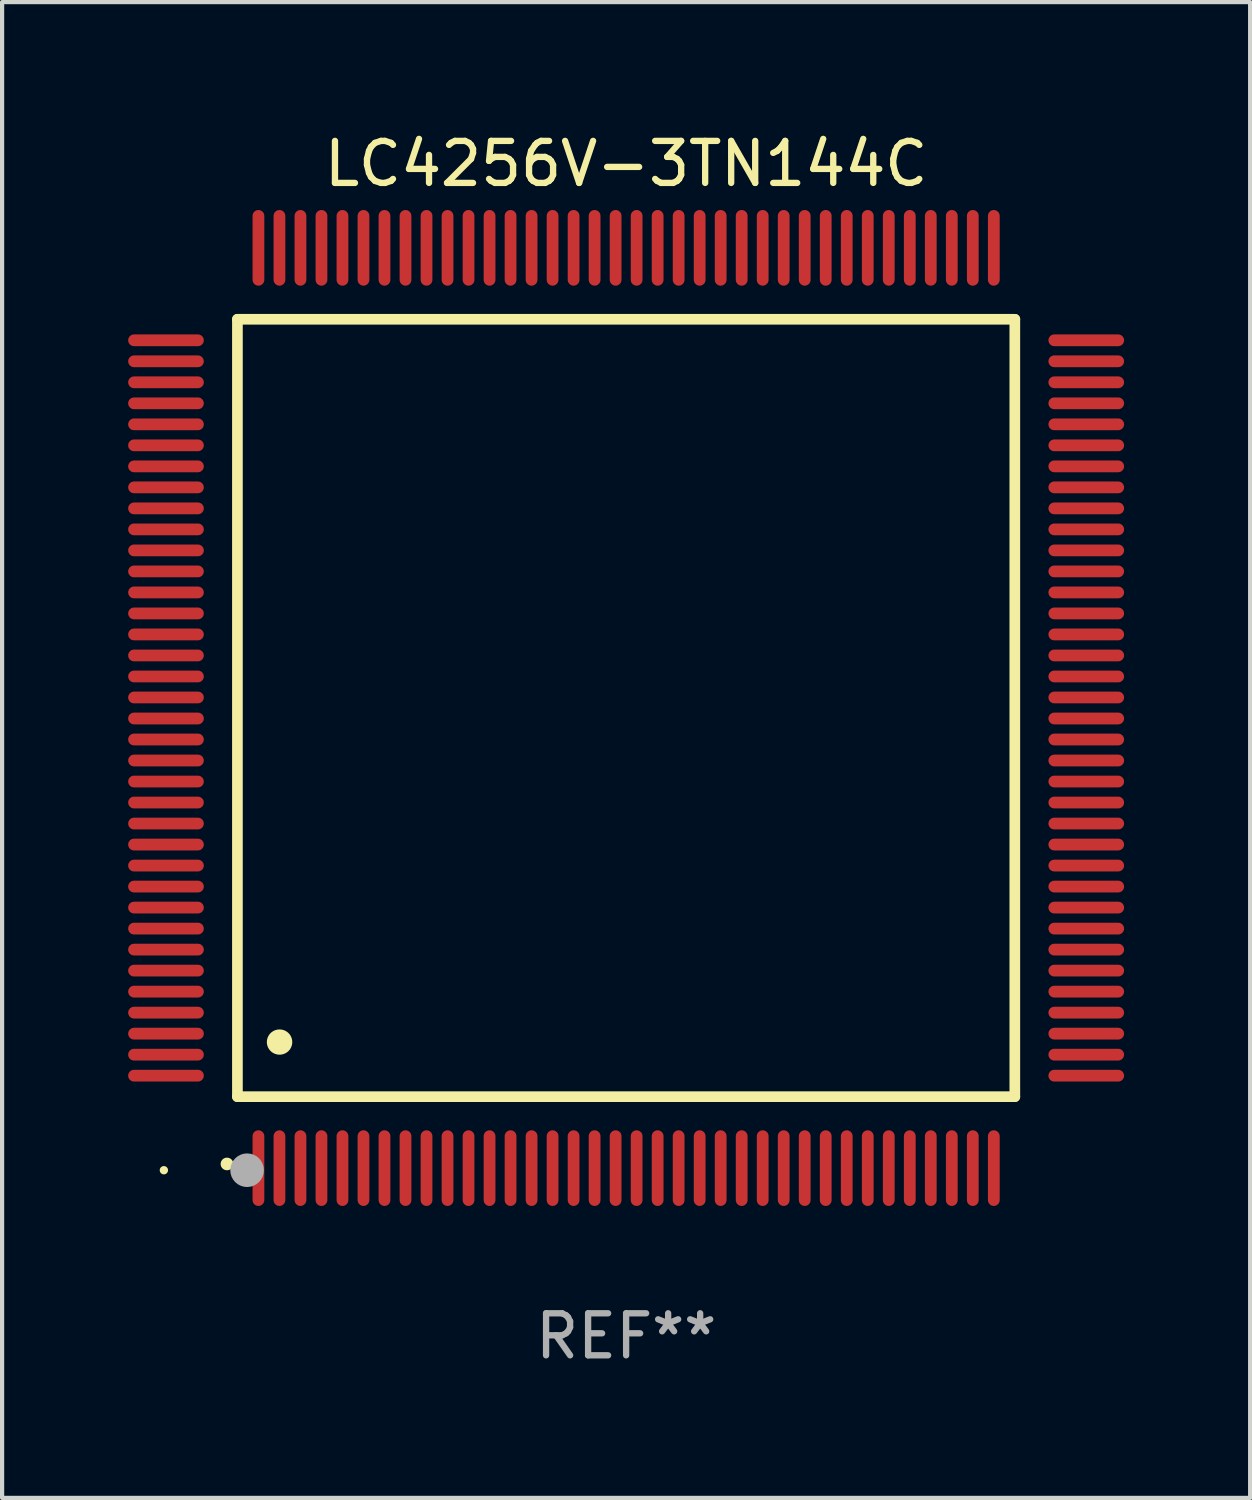
<source format=kicad_pcb>
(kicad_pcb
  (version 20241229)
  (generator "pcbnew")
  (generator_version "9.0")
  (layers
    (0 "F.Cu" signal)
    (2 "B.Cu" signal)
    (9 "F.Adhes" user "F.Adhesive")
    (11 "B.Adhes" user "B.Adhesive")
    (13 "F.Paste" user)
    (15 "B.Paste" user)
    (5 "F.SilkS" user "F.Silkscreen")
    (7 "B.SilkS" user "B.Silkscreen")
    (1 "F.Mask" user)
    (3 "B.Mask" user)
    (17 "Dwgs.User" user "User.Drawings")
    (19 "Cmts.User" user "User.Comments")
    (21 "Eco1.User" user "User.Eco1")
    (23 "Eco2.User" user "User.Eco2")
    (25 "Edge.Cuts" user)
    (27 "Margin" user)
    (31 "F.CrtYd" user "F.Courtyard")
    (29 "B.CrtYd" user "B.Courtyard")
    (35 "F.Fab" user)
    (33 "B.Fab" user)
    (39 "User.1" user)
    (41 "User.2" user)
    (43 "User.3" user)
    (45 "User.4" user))
  (footprint "LC4256V-3TN144C"
    (layer "F.Cu")
    (at 11.85 13.798)
    (property "Reference" "LC4256V-3TN144C" (at 0 -12.95 0) (layer "F.SilkS") (effects (font (size 1 1) (thickness 0.15))))
    (attr through_hole)
    (fp_line (start -9.25 -9.25) (end -9.25 9.25) (stroke (width 0.254) (type solid)) (layer "F.SilkS"))
    (fp_line (start -9.25 9.25) (end 9.25 9.25) (stroke (width 0.254) (type solid)) (layer "F.SilkS"))
    (fp_line (start 9.25 -9.25) (end -9.25 -9.25) (stroke (width 0.254) (type solid)) (layer "F.SilkS"))
    (fp_line (start 9.25 9.25) (end 9.25 -9.25) (stroke (width 0.254) (type solid)) (layer "F.SilkS"))
    (fp_arc (start -9.499619 10.850902) (mid -9.498349 10.850897) (end -9.497079 10.850902) (stroke (width 0.3) (type solid)) (layer "F.SilkS"))
    (fp_arc (start -8.249936 7.950216) (mid -8.247396 7.950205) (end -8.244856 7.950216) (stroke (width 0.6) (type solid)) (layer "F.SilkS"))
    (fp_circle (center -11 11) (end -10.95 11) (stroke (width 0.1) (type solid)) (fill no) (layer "F.SilkS"))
    (fp_circle (center -9.02 11) (end -8.82 11) (stroke (width 0.4) (type solid)) (fill no) (layer "F.Fab"))
    (fp_text user "REF**" (at 0 14.95 0) (layer "F.Fab") (effects (font (size 1 1) (thickness 0.15))))
    (pad "1" smd oval (at -8.75 10.95) (size 0.28 1.8) (layers "F.Cu" "F.Mask" "F.Paste"))
    (pad "2" smd oval (at -8.25 10.95) (size 0.28 1.8) (layers "F.Cu" "F.Mask" "F.Paste"))
    (pad "3" smd oval (at -7.75 10.95) (size 0.28 1.8) (layers "F.Cu" "F.Mask" "F.Paste"))
    (pad "4" smd oval (at -7.25 10.95) (size 0.28 1.8) (layers "F.Cu" "F.Mask" "F.Paste"))
    (pad "5" smd oval (at -6.75 10.95) (size 0.28 1.8) (layers "F.Cu" "F.Mask" "F.Paste"))
    (pad "6" smd oval (at -6.25 10.95) (size 0.28 1.8) (layers "F.Cu" "F.Mask" "F.Paste"))
    (pad "7" smd oval (at -5.75 10.95) (size 0.28 1.8) (layers "F.Cu" "F.Mask" "F.Paste"))
    (pad "8" smd oval (at -5.25 10.95) (size 0.28 1.8) (layers "F.Cu" "F.Mask" "F.Paste"))
    (pad "9" smd oval (at -4.75 10.95) (size 0.28 1.8) (layers "F.Cu" "F.Mask" "F.Paste"))
    (pad "10" smd oval (at -4.25 10.95) (size 0.28 1.8) (layers "F.Cu" "F.Mask" "F.Paste"))
    (pad "11" smd oval (at -3.75 10.95) (size 0.28 1.8) (layers "F.Cu" "F.Mask" "F.Paste"))
    (pad "12" smd oval (at -3.25 10.95) (size 0.28 1.8) (layers "F.Cu" "F.Mask" "F.Paste"))
    (pad "13" smd oval (at -2.75 10.95) (size 0.28 1.8) (layers "F.Cu" "F.Mask" "F.Paste"))
    (pad "14" smd oval (at -2.25 10.95) (size 0.28 1.8) (layers "F.Cu" "F.Mask" "F.Paste"))
    (pad "15" smd oval (at -1.75 10.95) (size 0.28 1.8) (layers "F.Cu" "F.Mask" "F.Paste"))
    (pad "16" smd oval (at -1.25 10.95) (size 0.28 1.8) (layers "F.Cu" "F.Mask" "F.Paste"))
    (pad "17" smd oval (at -0.75 10.95) (size 0.28 1.8) (layers "F.Cu" "F.Mask" "F.Paste"))
    (pad "18" smd oval (at -0.25 10.95) (size 0.28 1.8) (layers "F.Cu" "F.Mask" "F.Paste"))
    (pad "19" smd oval (at 0.25 10.95) (size 0.28 1.8) (layers "F.Cu" "F.Mask" "F.Paste"))
    (pad "20" smd oval (at 0.75 10.95) (size 0.28 1.8) (layers "F.Cu" "F.Mask" "F.Paste"))
    (pad "21" smd oval (at 1.25 10.95) (size 0.28 1.8) (layers "F.Cu" "F.Mask" "F.Paste"))
    (pad "22" smd oval (at 1.75 10.95) (size 0.28 1.8) (layers "F.Cu" "F.Mask" "F.Paste"))
    (pad "23" smd oval (at 2.25 10.95) (size 0.28 1.8) (layers "F.Cu" "F.Mask" "F.Paste"))
    (pad "24" smd oval (at 2.75 10.95) (size 0.28 1.8) (layers "F.Cu" "F.Mask" "F.Paste"))
    (pad "25" smd oval (at 3.25 10.95) (size 0.28 1.8) (layers "F.Cu" "F.Mask" "F.Paste"))
    (pad "26" smd oval (at 3.75 10.95) (size 0.28 1.8) (layers "F.Cu" "F.Mask" "F.Paste"))
    (pad "27" smd oval (at 4.25 10.95) (size 0.28 1.8) (layers "F.Cu" "F.Mask" "F.Paste"))
    (pad "28" smd oval (at 4.75 10.95) (size 0.28 1.8) (layers "F.Cu" "F.Mask" "F.Paste"))
    (pad "29" smd oval (at 5.25 10.95) (size 0.28 1.8) (layers "F.Cu" "F.Mask" "F.Paste"))
    (pad "30" smd oval (at 5.75 10.95) (size 0.28 1.8) (layers "F.Cu" "F.Mask" "F.Paste"))
    (pad "31" smd oval (at 6.25 10.95) (size 0.28 1.8) (layers "F.Cu" "F.Mask" "F.Paste"))
    (pad "32" smd oval (at 6.75 10.95) (size 0.28 1.8) (layers "F.Cu" "F.Mask" "F.Paste"))
    (pad "33" smd oval (at 7.25 10.95) (size 0.28 1.8) (layers "F.Cu" "F.Mask" "F.Paste"))
    (pad "34" smd oval (at 7.75 10.95) (size 0.28 1.8) (layers "F.Cu" "F.Mask" "F.Paste"))
    (pad "35" smd oval (at 8.25 10.95) (size 0.28 1.8) (layers "F.Cu" "F.Mask" "F.Paste"))
    (pad "36" smd oval (at 8.75 10.95) (size 0.28 1.8) (layers "F.Cu" "F.Mask" "F.Paste"))
    (pad "37" smd oval (at 10.95 8.75) (size 1.8 0.28) (layers "F.Cu" "F.Mask" "F.Paste"))
    (pad "38" smd oval (at 10.95 8.25) (size 1.8 0.28) (layers "F.Cu" "F.Mask" "F.Paste"))
    (pad "39" smd oval (at 10.95 7.75) (size 1.8 0.28) (layers "F.Cu" "F.Mask" "F.Paste"))
    (pad "40" smd oval (at 10.95 7.25) (size 1.8 0.28) (layers "F.Cu" "F.Mask" "F.Paste"))
    (pad "41" smd oval (at 10.95 6.75) (size 1.8 0.28) (layers "F.Cu" "F.Mask" "F.Paste"))
    (pad "42" smd oval (at 10.95 6.25) (size 1.8 0.28) (layers "F.Cu" "F.Mask" "F.Paste"))
    (pad "43" smd oval (at 10.95 5.75) (size 1.8 0.28) (layers "F.Cu" "F.Mask" "F.Paste"))
    (pad "44" smd oval (at 10.95 5.25) (size 1.8 0.28) (layers "F.Cu" "F.Mask" "F.Paste"))
    (pad "45" smd oval (at 10.95 4.75) (size 1.8 0.28) (layers "F.Cu" "F.Mask" "F.Paste"))
    (pad "46" smd oval (at 10.95 4.25) (size 1.8 0.28) (layers "F.Cu" "F.Mask" "F.Paste"))
    (pad "47" smd oval (at 10.95 3.75) (size 1.8 0.28) (layers "F.Cu" "F.Mask" "F.Paste"))
    (pad "48" smd oval (at 10.95 3.25) (size 1.8 0.28) (layers "F.Cu" "F.Mask" "F.Paste"))
    (pad "49" smd oval (at 10.95 2.75) (size 1.8 0.28) (layers "F.Cu" "F.Mask" "F.Paste"))
    (pad "50" smd oval (at 10.95 2.25) (size 1.8 0.28) (layers "F.Cu" "F.Mask" "F.Paste"))
    (pad "51" smd oval (at 10.95 1.75) (size 1.8 0.28) (layers "F.Cu" "F.Mask" "F.Paste"))
    (pad "52" smd oval (at 10.95 1.25) (size 1.8 0.28) (layers "F.Cu" "F.Mask" "F.Paste"))
    (pad "53" smd oval (at 10.95 0.75) (size 1.8 0.28) (layers "F.Cu" "F.Mask" "F.Paste"))
    (pad "54" smd oval (at 10.95 0.25) (size 1.8 0.28) (layers "F.Cu" "F.Mask" "F.Paste"))
    (pad "55" smd oval (at 10.95 -0.25) (size 1.8 0.28) (layers "F.Cu" "F.Mask" "F.Paste"))
    (pad "56" smd oval (at 10.95 -0.75) (size 1.8 0.28) (layers "F.Cu" "F.Mask" "F.Paste"))
    (pad "57" smd oval (at 10.95 -1.25) (size 1.8 0.28) (layers "F.Cu" "F.Mask" "F.Paste"))
    (pad "58" smd oval (at 10.95 -1.75) (size 1.8 0.28) (layers "F.Cu" "F.Mask" "F.Paste"))
    (pad "59" smd oval (at 10.95 -2.25) (size 1.8 0.28) (layers "F.Cu" "F.Mask" "F.Paste"))
    (pad "60" smd oval (at 10.95 -2.75) (size 1.8 0.28) (layers "F.Cu" "F.Mask" "F.Paste"))
    (pad "61" smd oval (at 10.95 -3.25) (size 1.8 0.28) (layers "F.Cu" "F.Mask" "F.Paste"))
    (pad "62" smd oval (at 10.95 -3.75) (size 1.8 0.28) (layers "F.Cu" "F.Mask" "F.Paste"))
    (pad "63" smd oval (at 10.95 -4.25) (size 1.8 0.28) (layers "F.Cu" "F.Mask" "F.Paste"))
    (pad "64" smd oval (at 10.95 -4.75) (size 1.8 0.28) (layers "F.Cu" "F.Mask" "F.Paste"))
    (pad "65" smd oval (at 10.95 -5.25) (size 1.8 0.28) (layers "F.Cu" "F.Mask" "F.Paste"))
    (pad "66" smd oval (at 10.95 -5.75) (size 1.8 0.28) (layers "F.Cu" "F.Mask" "F.Paste"))
    (pad "67" smd oval (at 10.95 -6.25) (size 1.8 0.28) (layers "F.Cu" "F.Mask" "F.Paste"))
    (pad "68" smd oval (at 10.95 -6.75) (size 1.8 0.28) (layers "F.Cu" "F.Mask" "F.Paste"))
    (pad "69" smd oval (at 10.95 -7.25) (size 1.8 0.28) (layers "F.Cu" "F.Mask" "F.Paste"))
    (pad "70" smd oval (at 10.95 -7.75) (size 1.8 0.28) (layers "F.Cu" "F.Mask" "F.Paste"))
    (pad "71" smd oval (at 10.95 -8.25) (size 1.8 0.28) (layers "F.Cu" "F.Mask" "F.Paste"))
    (pad "72" smd oval (at 10.95 -8.75) (size 1.8 0.28) (layers "F.Cu" "F.Mask" "F.Paste"))
    (pad "73" smd oval (at 8.75 -10.95) (size 0.28 1.8) (layers "F.Cu" "F.Mask" "F.Paste"))
    (pad "74" smd oval (at 8.25 -10.95) (size 0.28 1.8) (layers "F.Cu" "F.Mask" "F.Paste"))
    (pad "75" smd oval (at 7.75 -10.95) (size 0.28 1.8) (layers "F.Cu" "F.Mask" "F.Paste"))
    (pad "76" smd oval (at 7.25 -10.95) (size 0.28 1.8) (layers "F.Cu" "F.Mask" "F.Paste"))
    (pad "77" smd oval (at 6.75 -10.95) (size 0.28 1.8) (layers "F.Cu" "F.Mask" "F.Paste"))
    (pad "78" smd oval (at 6.25 -10.95) (size 0.28 1.8) (layers "F.Cu" "F.Mask" "F.Paste"))
    (pad "79" smd oval (at 5.75 -10.95) (size 0.28 1.8) (layers "F.Cu" "F.Mask" "F.Paste"))
    (pad "80" smd oval (at 5.25 -10.95) (size 0.28 1.8) (layers "F.Cu" "F.Mask" "F.Paste"))
    (pad "81" smd oval (at 4.75 -10.95) (size 0.28 1.8) (layers "F.Cu" "F.Mask" "F.Paste"))
    (pad "82" smd oval (at 4.25 -10.95) (size 0.28 1.8) (layers "F.Cu" "F.Mask" "F.Paste"))
    (pad "83" smd oval (at 3.75 -10.95) (size 0.28 1.8) (layers "F.Cu" "F.Mask" "F.Paste"))
    (pad "84" smd oval (at 3.25 -10.95) (size 0.28 1.8) (layers "F.Cu" "F.Mask" "F.Paste"))
    (pad "85" smd oval (at 2.75 -10.95) (size 0.28 1.8) (layers "F.Cu" "F.Mask" "F.Paste"))
    (pad "86" smd oval (at 2.25 -10.95) (size 0.28 1.8) (layers "F.Cu" "F.Mask" "F.Paste"))
    (pad "87" smd oval (at 1.75 -10.95) (size 0.28 1.8) (layers "F.Cu" "F.Mask" "F.Paste"))
    (pad "88" smd oval (at 1.25 -10.95) (size 0.28 1.8) (layers "F.Cu" "F.Mask" "F.Paste"))
    (pad "89" smd oval (at 0.75 -10.95) (size 0.28 1.8) (layers "F.Cu" "F.Mask" "F.Paste"))
    (pad "90" smd oval (at 0.25 -10.95) (size 0.28 1.8) (layers "F.Cu" "F.Mask" "F.Paste"))
    (pad "91" smd oval (at -0.25 -10.95) (size 0.28 1.8) (layers "F.Cu" "F.Mask" "F.Paste"))
    (pad "92" smd oval (at -0.75 -10.95) (size 0.28 1.8) (layers "F.Cu" "F.Mask" "F.Paste"))
    (pad "93" smd oval (at -1.25 -10.95) (size 0.28 1.8) (layers "F.Cu" "F.Mask" "F.Paste"))
    (pad "94" smd oval (at -1.75 -10.95) (size 0.28 1.8) (layers "F.Cu" "F.Mask" "F.Paste"))
    (pad "95" smd oval (at -2.25 -10.95) (size 0.28 1.8) (layers "F.Cu" "F.Mask" "F.Paste"))
    (pad "96" smd oval (at -2.75 -10.95) (size 0.28 1.8) (layers "F.Cu" "F.Mask" "F.Paste"))
    (pad "97" smd oval (at -3.25 -10.95) (size 0.28 1.8) (layers "F.Cu" "F.Mask" "F.Paste"))
    (pad "98" smd oval (at -3.75 -10.95) (size 0.28 1.8) (layers "F.Cu" "F.Mask" "F.Paste"))
    (pad "99" smd oval (at -4.25 -10.95) (size 0.28 1.8) (layers "F.Cu" "F.Mask" "F.Paste"))
    (pad "100" smd oval (at -4.75 -10.95) (size 0.28 1.8) (layers "F.Cu" "F.Mask" "F.Paste"))
    (pad "101" smd oval (at -5.25 -10.95) (size 0.28 1.8) (layers "F.Cu" "F.Mask" "F.Paste"))
    (pad "102" smd oval (at -5.75 -10.95) (size 0.28 1.8) (layers "F.Cu" "F.Mask" "F.Paste"))
    (pad "103" smd oval (at -6.25 -10.95) (size 0.28 1.8) (layers "F.Cu" "F.Mask" "F.Paste"))
    (pad "104" smd oval (at -6.75 -10.95) (size 0.28 1.8) (layers "F.Cu" "F.Mask" "F.Paste"))
    (pad "105" smd oval (at -7.25 -10.95) (size 0.28 1.8) (layers "F.Cu" "F.Mask" "F.Paste"))
    (pad "106" smd oval (at -7.75 -10.95) (size 0.28 1.8) (layers "F.Cu" "F.Mask" "F.Paste"))
    (pad "107" smd oval (at -8.25 -10.95) (size 0.28 1.8) (layers "F.Cu" "F.Mask" "F.Paste"))
    (pad "108" smd oval (at -8.75 -10.95) (size 0.28 1.8) (layers "F.Cu" "F.Mask" "F.Paste"))
    (pad "109" smd oval (at -10.95 -8.75) (size 1.8 0.28) (layers "F.Cu" "F.Mask" "F.Paste"))
    (pad "110" smd oval (at -10.95 -8.25) (size 1.8 0.28) (layers "F.Cu" "F.Mask" "F.Paste"))
    (pad "111" smd oval (at -10.95 -7.75) (size 1.8 0.28) (layers "F.Cu" "F.Mask" "F.Paste"))
    (pad "112" smd oval (at -10.95 -7.25) (size 1.8 0.28) (layers "F.Cu" "F.Mask" "F.Paste"))
    (pad "113" smd oval (at -10.95 -6.75) (size 1.8 0.28) (layers "F.Cu" "F.Mask" "F.Paste"))
    (pad "114" smd oval (at -10.95 -6.25) (size 1.8 0.28) (layers "F.Cu" "F.Mask" "F.Paste"))
    (pad "115" smd oval (at -10.95 -5.75) (size 1.8 0.28) (layers "F.Cu" "F.Mask" "F.Paste"))
    (pad "116" smd oval (at -10.95 -5.25) (size 1.8 0.28) (layers "F.Cu" "F.Mask" "F.Paste"))
    (pad "117" smd oval (at -10.95 -4.75) (size 1.8 0.28) (layers "F.Cu" "F.Mask" "F.Paste"))
    (pad "118" smd oval (at -10.95 -4.25) (size 1.8 0.28) (layers "F.Cu" "F.Mask" "F.Paste"))
    (pad "119" smd oval (at -10.95 -3.75) (size 1.8 0.28) (layers "F.Cu" "F.Mask" "F.Paste"))
    (pad "120" smd oval (at -10.95 -3.25) (size 1.8 0.28) (layers "F.Cu" "F.Mask" "F.Paste"))
    (pad "121" smd oval (at -10.95 -2.75) (size 1.8 0.28) (layers "F.Cu" "F.Mask" "F.Paste"))
    (pad "122" smd oval (at -10.95 -2.25) (size 1.8 0.28) (layers "F.Cu" "F.Mask" "F.Paste"))
    (pad "123" smd oval (at -10.95 -1.75) (size 1.8 0.28) (layers "F.Cu" "F.Mask" "F.Paste"))
    (pad "124" smd oval (at -10.95 -1.25) (size 1.8 0.28) (layers "F.Cu" "F.Mask" "F.Paste"))
    (pad "125" smd oval (at -10.95 -0.75) (size 1.8 0.28) (layers "F.Cu" "F.Mask" "F.Paste"))
    (pad "126" smd oval (at -10.95 -0.25) (size 1.8 0.28) (layers "F.Cu" "F.Mask" "F.Paste"))
    (pad "127" smd oval (at -10.95 0.25) (size 1.8 0.28) (layers "F.Cu" "F.Mask" "F.Paste"))
    (pad "128" smd oval (at -10.95 0.75) (size 1.8 0.28) (layers "F.Cu" "F.Mask" "F.Paste"))
    (pad "129" smd oval (at -10.95 1.25) (size 1.8 0.28) (layers "F.Cu" "F.Mask" "F.Paste"))
    (pad "130" smd oval (at -10.95 1.75) (size 1.8 0.28) (layers "F.Cu" "F.Mask" "F.Paste"))
    (pad "131" smd oval (at -10.95 2.25) (size 1.8 0.28) (layers "F.Cu" "F.Mask" "F.Paste"))
    (pad "132" smd oval (at -10.95 2.75) (size 1.8 0.28) (layers "F.Cu" "F.Mask" "F.Paste"))
    (pad "133" smd oval (at -10.95 3.25) (size 1.8 0.28) (layers "F.Cu" "F.Mask" "F.Paste"))
    (pad "134" smd oval (at -10.95 3.75) (size 1.8 0.28) (layers "F.Cu" "F.Mask" "F.Paste"))
    (pad "135" smd oval (at -10.95 4.25) (size 1.8 0.28) (layers "F.Cu" "F.Mask" "F.Paste"))
    (pad "136" smd oval (at -10.95 4.75) (size 1.8 0.28) (layers "F.Cu" "F.Mask" "F.Paste"))
    (pad "137" smd oval (at -10.95 5.25) (size 1.8 0.28) (layers "F.Cu" "F.Mask" "F.Paste"))
    (pad "138" smd oval (at -10.95 5.75) (size 1.8 0.28) (layers "F.Cu" "F.Mask" "F.Paste"))
    (pad "139" smd oval (at -10.95 6.25) (size 1.8 0.28) (layers "F.Cu" "F.Mask" "F.Paste"))
    (pad "140" smd oval (at -10.95 6.75) (size 1.8 0.28) (layers "F.Cu" "F.Mask" "F.Paste"))
    (pad "141" smd oval (at -10.95 7.25) (size 1.8 0.28) (layers "F.Cu" "F.Mask" "F.Paste"))
    (pad "142" smd oval (at -10.95 7.75) (size 1.8 0.28) (layers "F.Cu" "F.Mask" "F.Paste"))
    (pad "143" smd oval (at -10.95 8.25) (size 1.8 0.28) (layers "F.Cu" "F.Mask" "F.Paste"))
    (pad "144" smd oval (at -10.95 8.75) (size 1.8 0.28) (layers "F.Cu" "F.Mask" "F.Paste")))
  (gr_rect
    (start -3 -3)
    (end 26.7 32.596)
    (stroke (width 0.1) (type default))
    (fill no)
    (layer "Edge.Cuts")))
</source>
